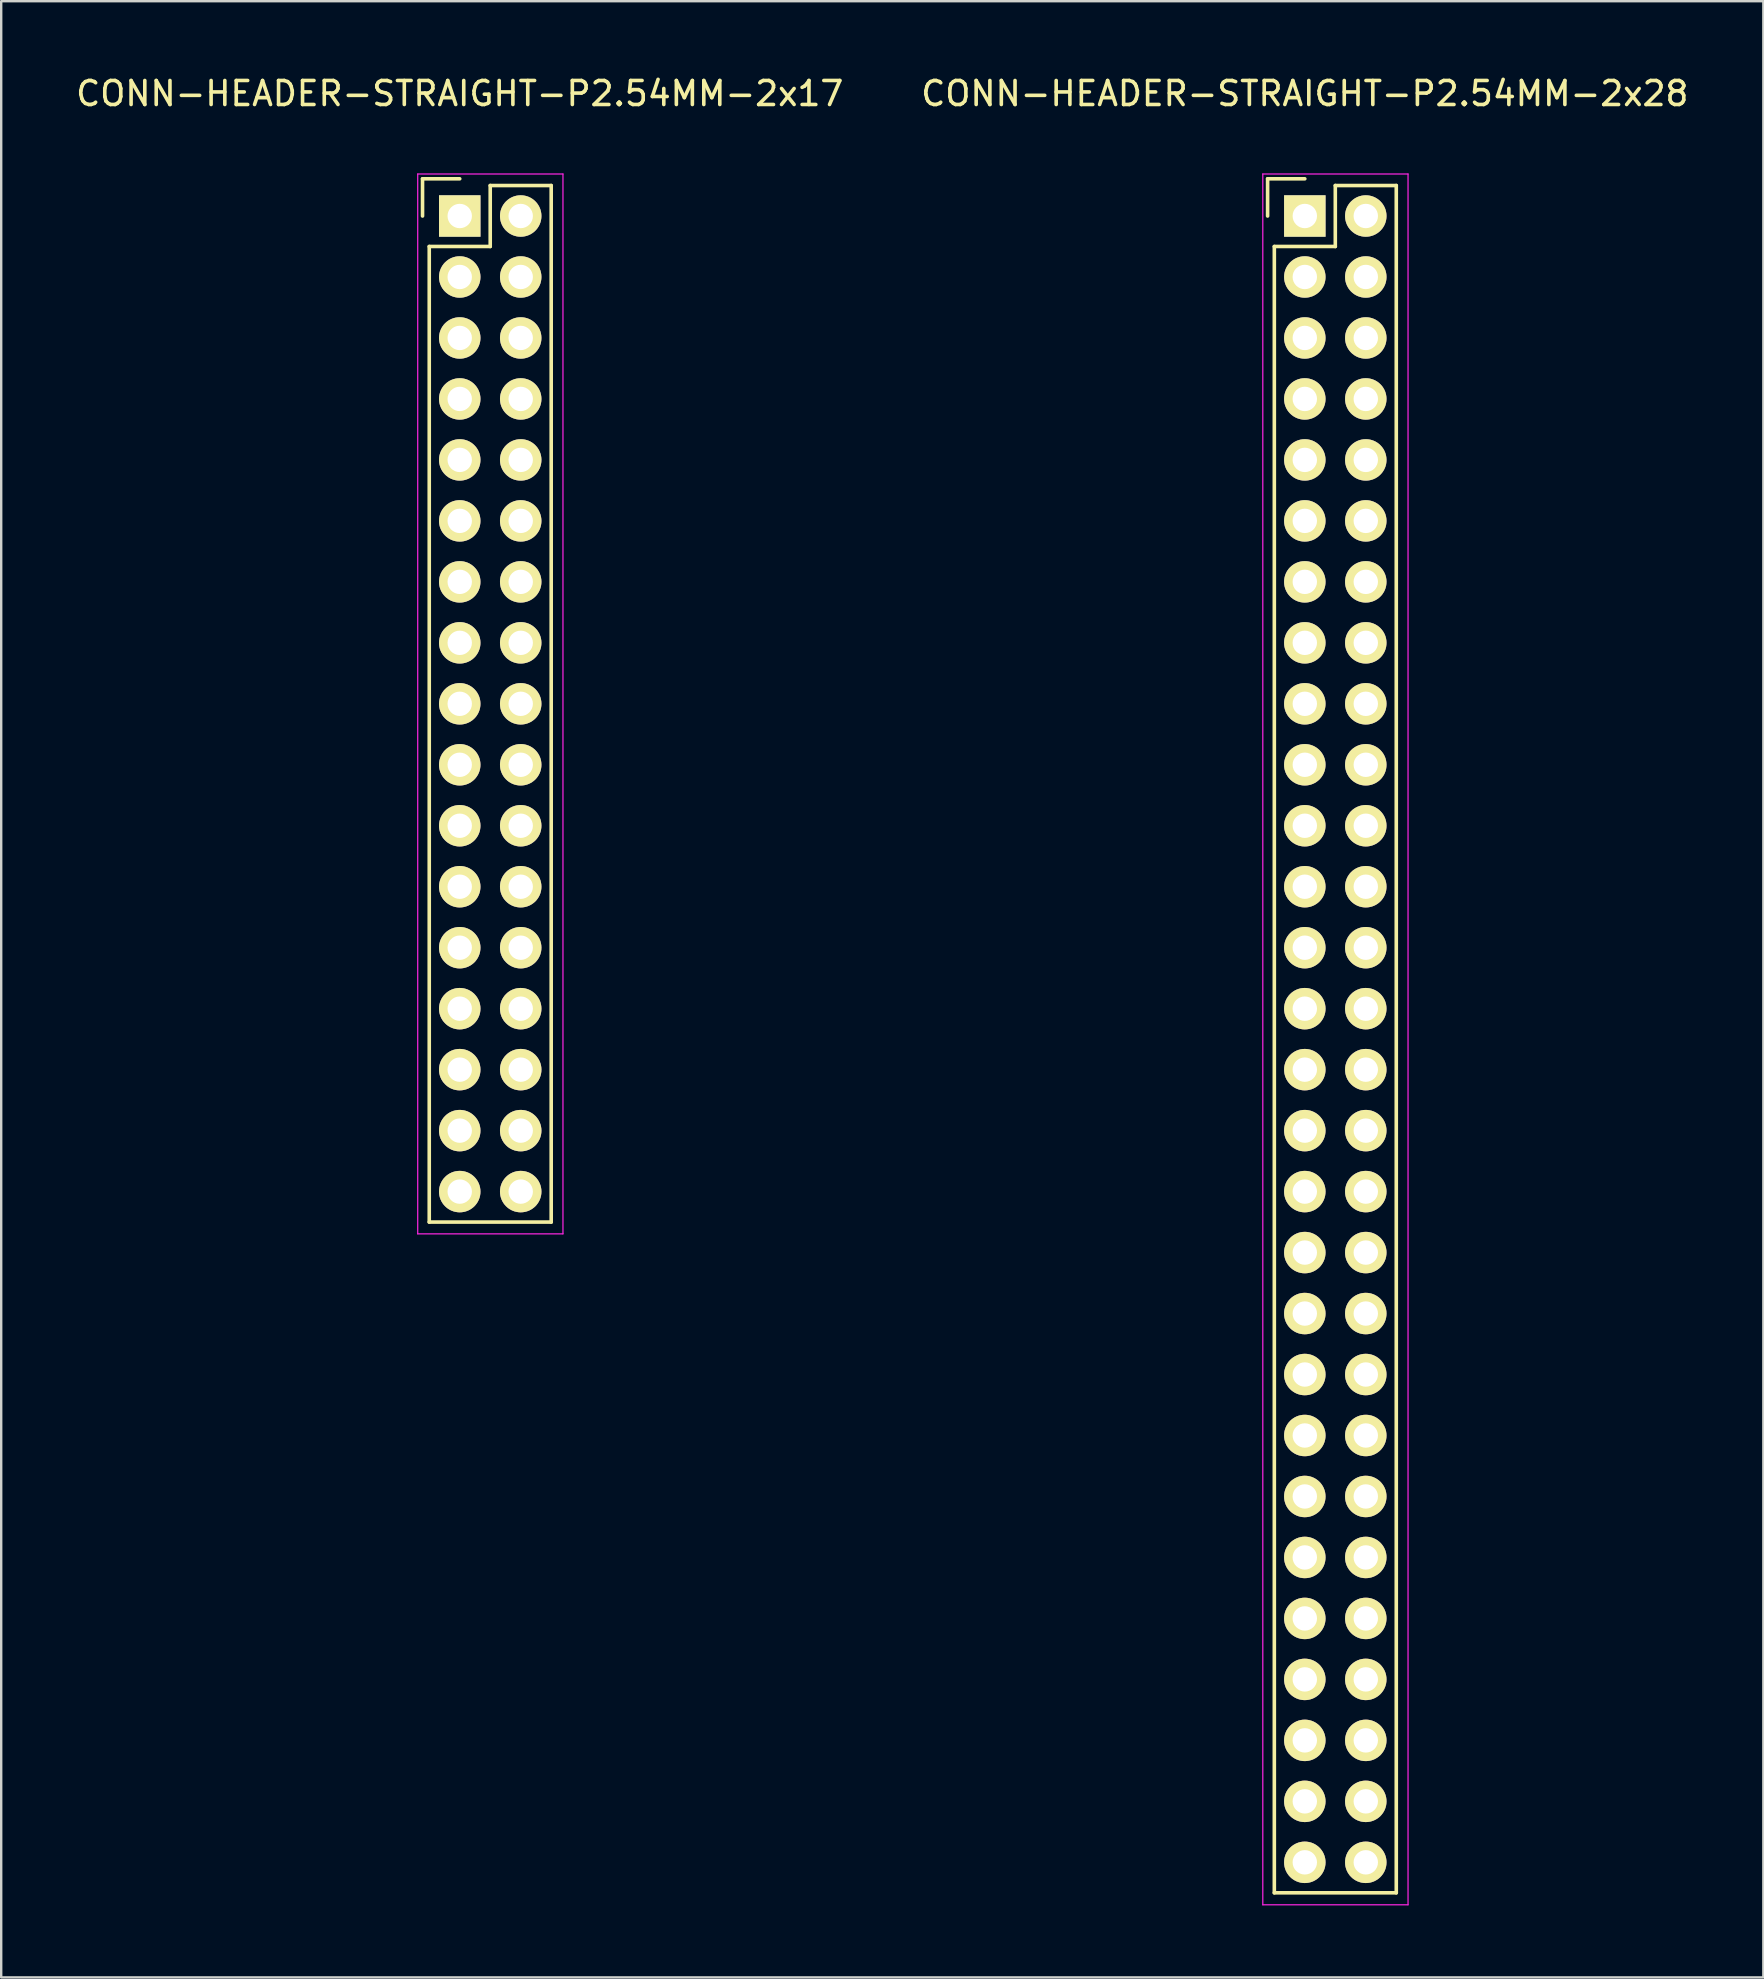
<source format=kicad_pcb>
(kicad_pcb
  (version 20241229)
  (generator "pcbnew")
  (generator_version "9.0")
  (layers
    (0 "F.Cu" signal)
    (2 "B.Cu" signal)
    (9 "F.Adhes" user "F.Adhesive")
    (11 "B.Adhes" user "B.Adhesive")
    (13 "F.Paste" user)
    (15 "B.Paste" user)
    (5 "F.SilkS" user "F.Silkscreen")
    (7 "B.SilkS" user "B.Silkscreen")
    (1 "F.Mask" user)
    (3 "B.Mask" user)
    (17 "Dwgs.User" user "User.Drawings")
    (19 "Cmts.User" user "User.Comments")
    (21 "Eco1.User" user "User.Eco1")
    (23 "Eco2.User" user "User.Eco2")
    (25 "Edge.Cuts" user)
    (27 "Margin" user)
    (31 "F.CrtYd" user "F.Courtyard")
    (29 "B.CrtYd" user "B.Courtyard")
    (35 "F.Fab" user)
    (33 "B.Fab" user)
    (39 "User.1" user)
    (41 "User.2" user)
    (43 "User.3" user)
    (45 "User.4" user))
  (footprint "CONN-HEADER-STRAIGHT-P2.54MM-2x28"
    (layer "F.Cu")
    (at 51.304 5.948)
    (property "Reference" "CONN-HEADER-STRAIGHT-P2.54MM-2x28" (at 0 -5.1 0) (layer "F.SilkS") (effects (font (size 1 1) (thickness 0.15))))
    (attr through_hole)
    (fp_line (start -1.55 -1.55) (end -1.55 0) (stroke (width 0.15) (type solid)) (layer "F.SilkS"))
    (fp_line (start -1.27 1.27) (end -1.27 69.85) (stroke (width 0.15) (type solid)) (layer "F.SilkS"))
    (fp_line (start 0 -1.55) (end -1.55 -1.55) (stroke (width 0.15) (type solid)) (layer "F.SilkS"))
    (fp_line (start 1.27 -1.27) (end 1.27 1.27) (stroke (width 0.15) (type solid)) (layer "F.SilkS"))
    (fp_line (start 1.27 1.27) (end -1.27 1.27) (stroke (width 0.15) (type solid)) (layer "F.SilkS"))
    (fp_line (start 3.81 -1.27) (end 1.27 -1.27) (stroke (width 0.15) (type solid)) (layer "F.SilkS"))
    (fp_line (start 3.81 -1.27) (end 3.81 69.85) (stroke (width 0.15) (type solid)) (layer "F.SilkS"))
    (fp_line (start 3.81 69.85) (end -1.27 69.85) (stroke (width 0.15) (type solid)) (layer "F.SilkS"))
    (fp_line (start -1.75 -1.75) (end -1.75 70.35) (stroke (width 0.05) (type solid)) (layer "F.CrtYd"))
    (fp_line (start -1.75 -1.75) (end 4.3 -1.75) (stroke (width 0.05) (type solid)) (layer "F.CrtYd"))
    (fp_line (start -1.75 70.35) (end 4.3 70.35) (stroke (width 0.05) (type solid)) (layer "F.CrtYd"))
    (fp_line (start 4.3 -1.75) (end 4.3 70.35) (stroke (width 0.05) (type solid)) (layer "F.CrtYd"))
    (pad "1" thru_hole rect (at 0 0) (size 1.727 1.727) (drill 1.016) (layers "*.Cu" "*.Mask" "F.SilkS"))
    (pad "2" thru_hole oval (at 2.54 0) (size 1.727 1.727) (drill 1.016) (layers "*.Cu" "*.Mask" "F.SilkS"))
    (pad "3" thru_hole oval (at 0 2.54) (size 1.727 1.727) (drill 1.016) (layers "*.Cu" "*.Mask" "F.SilkS"))
    (pad "4" thru_hole oval (at 2.54 2.54) (size 1.727 1.727) (drill 1.016) (layers "*.Cu" "*.Mask" "F.SilkS"))
    (pad "5" thru_hole oval (at 0 5.08) (size 1.727 1.727) (drill 1.016) (layers "*.Cu" "*.Mask" "F.SilkS"))
    (pad "6" thru_hole oval (at 2.54 5.08) (size 1.727 1.727) (drill 1.016) (layers "*.Cu" "*.Mask" "F.SilkS"))
    (pad "7" thru_hole oval (at 0 7.62) (size 1.727 1.727) (drill 1.016) (layers "*.Cu" "*.Mask" "F.SilkS"))
    (pad "8" thru_hole oval (at 2.54 7.62) (size 1.727 1.727) (drill 1.016) (layers "*.Cu" "*.Mask" "F.SilkS"))
    (pad "9" thru_hole oval (at 0 10.16) (size 1.727 1.727) (drill 1.016) (layers "*.Cu" "*.Mask" "F.SilkS"))
    (pad "10" thru_hole oval (at 2.54 10.16) (size 1.727 1.727) (drill 1.016) (layers "*.Cu" "*.Mask" "F.SilkS"))
    (pad "11" thru_hole oval (at 0 12.7) (size 1.727 1.727) (drill 1.016) (layers "*.Cu" "*.Mask" "F.SilkS"))
    (pad "12" thru_hole oval (at 2.54 12.7) (size 1.727 1.727) (drill 1.016) (layers "*.Cu" "*.Mask" "F.SilkS"))
    (pad "13" thru_hole oval (at 0 15.24) (size 1.727 1.727) (drill 1.016) (layers "*.Cu" "*.Mask" "F.SilkS"))
    (pad "14" thru_hole oval (at 2.54 15.24) (size 1.727 1.727) (drill 1.016) (layers "*.Cu" "*.Mask" "F.SilkS"))
    (pad "15" thru_hole oval (at 0 17.78) (size 1.727 1.727) (drill 1.016) (layers "*.Cu" "*.Mask" "F.SilkS"))
    (pad "16" thru_hole oval (at 2.54 17.78) (size 1.727 1.727) (drill 1.016) (layers "*.Cu" "*.Mask" "F.SilkS"))
    (pad "17" thru_hole oval (at 0 20.32) (size 1.727 1.727) (drill 1.016) (layers "*.Cu" "*.Mask" "F.SilkS"))
    (pad "18" thru_hole oval (at 2.54 20.32) (size 1.727 1.727) (drill 1.016) (layers "*.Cu" "*.Mask" "F.SilkS"))
    (pad "19" thru_hole oval (at 0 22.86) (size 1.727 1.727) (drill 1.016) (layers "*.Cu" "*.Mask" "F.SilkS"))
    (pad "20" thru_hole oval (at 2.54 22.86) (size 1.727 1.727) (drill 1.016) (layers "*.Cu" "*.Mask" "F.SilkS"))
    (pad "21" thru_hole oval (at 0 25.4) (size 1.727 1.727) (drill 1.016) (layers "*.Cu" "*.Mask" "F.SilkS"))
    (pad "22" thru_hole oval (at 2.54 25.4) (size 1.727 1.727) (drill 1.016) (layers "*.Cu" "*.Mask" "F.SilkS"))
    (pad "23" thru_hole oval (at 0 27.94) (size 1.727 1.727) (drill 1.016) (layers "*.Cu" "*.Mask" "F.SilkS"))
    (pad "24" thru_hole oval (at 2.54 27.94) (size 1.727 1.727) (drill 1.016) (layers "*.Cu" "*.Mask" "F.SilkS"))
    (pad "25" thru_hole oval (at 0 30.48) (size 1.727 1.727) (drill 1.016) (layers "*.Cu" "*.Mask" "F.SilkS"))
    (pad "26" thru_hole oval (at 2.54 30.48) (size 1.727 1.727) (drill 1.016) (layers "*.Cu" "*.Mask" "F.SilkS"))
    (pad "27" thru_hole oval (at 0 33.02) (size 1.727 1.727) (drill 1.016) (layers "*.Cu" "*.Mask" "F.SilkS"))
    (pad "28" thru_hole oval (at 2.54 33.02) (size 1.727 1.727) (drill 1.016) (layers "*.Cu" "*.Mask" "F.SilkS"))
    (pad "29" thru_hole oval (at 0 35.56) (size 1.727 1.727) (drill 1.016) (layers "*.Cu" "*.Mask" "F.SilkS"))
    (pad "30" thru_hole oval (at 2.54 35.56) (size 1.727 1.727) (drill 1.016) (layers "*.Cu" "*.Mask" "F.SilkS"))
    (pad "31" thru_hole oval (at 0 38.1) (size 1.727 1.727) (drill 1.016) (layers "*.Cu" "*.Mask" "F.SilkS"))
    (pad "32" thru_hole oval (at 2.54 38.1) (size 1.727 1.727) (drill 1.016) (layers "*.Cu" "*.Mask" "F.SilkS"))
    (pad "33" thru_hole oval (at 0 40.64) (size 1.727 1.727) (drill 1.016) (layers "*.Cu" "*.Mask" "F.SilkS"))
    (pad "34" thru_hole oval (at 2.54 40.64) (size 1.727 1.727) (drill 1.016) (layers "*.Cu" "*.Mask" "F.SilkS"))
    (pad "35" thru_hole oval (at 0 43.18) (size 1.727 1.727) (drill 1.016) (layers "*.Cu" "*.Mask" "F.SilkS"))
    (pad "36" thru_hole oval (at 2.54 43.18) (size 1.727 1.727) (drill 1.016) (layers "*.Cu" "*.Mask" "F.SilkS"))
    (pad "37" thru_hole oval (at 0 45.72) (size 1.727 1.727) (drill 1.016) (layers "*.Cu" "*.Mask" "F.SilkS"))
    (pad "38" thru_hole oval (at 2.54 45.72) (size 1.727 1.727) (drill 1.016) (layers "*.Cu" "*.Mask" "F.SilkS"))
    (pad "39" thru_hole oval (at 0 48.26) (size 1.727 1.727) (drill 1.016) (layers "*.Cu" "*.Mask" "F.SilkS"))
    (pad "40" thru_hole oval (at 2.54 48.26) (size 1.727 1.727) (drill 1.016) (layers "*.Cu" "*.Mask" "F.SilkS"))
    (pad "41" thru_hole oval (at 0 50.8) (size 1.727 1.727) (drill 1.016) (layers "*.Cu" "*.Mask" "F.SilkS"))
    (pad "42" thru_hole oval (at 2.54 50.8) (size 1.727 1.727) (drill 1.016) (layers "*.Cu" "*.Mask" "F.SilkS"))
    (pad "43" thru_hole oval (at 0 53.34) (size 1.727 1.727) (drill 1.016) (layers "*.Cu" "*.Mask" "F.SilkS"))
    (pad "44" thru_hole oval (at 2.54 53.34) (size 1.727 1.727) (drill 1.016) (layers "*.Cu" "*.Mask" "F.SilkS"))
    (pad "45" thru_hole oval (at 0 55.88) (size 1.727 1.727) (drill 1.016) (layers "*.Cu" "*.Mask" "F.SilkS"))
    (pad "46" thru_hole oval (at 2.54 55.88) (size 1.727 1.727) (drill 1.016) (layers "*.Cu" "*.Mask" "F.SilkS"))
    (pad "47" thru_hole oval (at 0 58.42) (size 1.727 1.727) (drill 1.016) (layers "*.Cu" "*.Mask" "F.SilkS"))
    (pad "48" thru_hole oval (at 2.54 58.42) (size 1.727 1.727) (drill 1.016) (layers "*.Cu" "*.Mask" "F.SilkS"))
    (pad "49" thru_hole oval (at 0 60.96) (size 1.727 1.727) (drill 1.016) (layers "*.Cu" "*.Mask" "F.SilkS"))
    (pad "50" thru_hole oval (at 2.54 60.96) (size 1.727 1.727) (drill 1.016) (layers "*.Cu" "*.Mask" "F.SilkS"))
    (pad "51" thru_hole oval (at 0 63.5) (size 1.727 1.727) (drill 1.016) (layers "*.Cu" "*.Mask" "F.SilkS"))
    (pad "52" thru_hole oval (at 2.54 63.5) (size 1.727 1.727) (drill 1.016) (layers "*.Cu" "*.Mask" "F.SilkS"))
    (pad "53" thru_hole oval (at 0 66.04) (size 1.727 1.727) (drill 1.016) (layers "*.Cu" "*.Mask" "F.SilkS"))
    (pad "54" thru_hole oval (at 2.54 66.04) (size 1.727 1.727) (drill 1.016) (layers "*.Cu" "*.Mask" "F.SilkS"))
    (pad "55" thru_hole oval (at 0 68.58) (size 1.727 1.727) (drill 1.016) (layers "*.Cu" "*.Mask" "F.SilkS"))
    (pad "56" thru_hole oval (at 2.54 68.58) (size 1.727 1.727) (drill 1.016) (layers "*.Cu" "*.Mask" "F.SilkS")))
  (footprint "CONN-HEADER-STRAIGHT-P2.54MM-2x17"
    (layer "F.Cu")
    (at 16.101 5.948)
    (property "Reference" "CONN-HEADER-STRAIGHT-P2.54MM-2x17" (at 0 -5.1 0) (layer "F.SilkS") (effects (font (size 1 1) (thickness 0.15))))
    (attr through_hole)
    (fp_line (start -1.55 -1.55) (end -1.55 0) (stroke (width 0.15) (type solid)) (layer "F.SilkS"))
    (fp_line (start -1.27 1.27) (end -1.27 41.91) (stroke (width 0.15) (type solid)) (layer "F.SilkS"))
    (fp_line (start 0 -1.55) (end -1.55 -1.55) (stroke (width 0.15) (type solid)) (layer "F.SilkS"))
    (fp_line (start 1.27 -1.27) (end 1.27 1.27) (stroke (width 0.15) (type solid)) (layer "F.SilkS"))
    (fp_line (start 1.27 1.27) (end -1.27 1.27) (stroke (width 0.15) (type solid)) (layer "F.SilkS"))
    (fp_line (start 3.81 -1.27) (end 1.27 -1.27) (stroke (width 0.15) (type solid)) (layer "F.SilkS"))
    (fp_line (start 3.81 41.91) (end -1.27 41.91) (stroke (width 0.15) (type solid)) (layer "F.SilkS"))
    (fp_line (start 3.81 41.91) (end 3.81 -1.27) (stroke (width 0.15) (type solid)) (layer "F.SilkS"))
    (fp_line (start -1.75 -1.75) (end -1.75 42.4) (stroke (width 0.05) (type solid)) (layer "F.CrtYd"))
    (fp_line (start -1.75 -1.75) (end 4.3 -1.75) (stroke (width 0.05) (type solid)) (layer "F.CrtYd"))
    (fp_line (start -1.75 42.4) (end 4.3 42.4) (stroke (width 0.05) (type solid)) (layer "F.CrtYd"))
    (fp_line (start 4.3 -1.75) (end 4.3 42.4) (stroke (width 0.05) (type solid)) (layer "F.CrtYd"))
    (pad "1" thru_hole rect (at 0 0) (size 1.727 1.727) (drill 1.016) (layers "*.Cu" "*.Mask" "F.SilkS"))
    (pad "2" thru_hole oval (at 2.54 0) (size 1.727 1.727) (drill 1.016) (layers "*.Cu" "*.Mask" "F.SilkS"))
    (pad "3" thru_hole oval (at 0 2.54) (size 1.727 1.727) (drill 1.016) (layers "*.Cu" "*.Mask" "F.SilkS"))
    (pad "4" thru_hole oval (at 2.54 2.54) (size 1.727 1.727) (drill 1.016) (layers "*.Cu" "*.Mask" "F.SilkS"))
    (pad "5" thru_hole oval (at 0 5.08) (size 1.727 1.727) (drill 1.016) (layers "*.Cu" "*.Mask" "F.SilkS"))
    (pad "6" thru_hole oval (at 2.54 5.08) (size 1.727 1.727) (drill 1.016) (layers "*.Cu" "*.Mask" "F.SilkS"))
    (pad "7" thru_hole oval (at 0 7.62) (size 1.727 1.727) (drill 1.016) (layers "*.Cu" "*.Mask" "F.SilkS"))
    (pad "8" thru_hole oval (at 2.54 7.62) (size 1.727 1.727) (drill 1.016) (layers "*.Cu" "*.Mask" "F.SilkS"))
    (pad "9" thru_hole oval (at 0 10.16) (size 1.727 1.727) (drill 1.016) (layers "*.Cu" "*.Mask" "F.SilkS"))
    (pad "10" thru_hole oval (at 2.54 10.16) (size 1.727 1.727) (drill 1.016) (layers "*.Cu" "*.Mask" "F.SilkS"))
    (pad "11" thru_hole oval (at 0 12.7) (size 1.727 1.727) (drill 1.016) (layers "*.Cu" "*.Mask" "F.SilkS"))
    (pad "12" thru_hole oval (at 2.54 12.7) (size 1.727 1.727) (drill 1.016) (layers "*.Cu" "*.Mask" "F.SilkS"))
    (pad "13" thru_hole oval (at 0 15.24) (size 1.727 1.727) (drill 1.016) (layers "*.Cu" "*.Mask" "F.SilkS"))
    (pad "14" thru_hole oval (at 2.54 15.24) (size 1.727 1.727) (drill 1.016) (layers "*.Cu" "*.Mask" "F.SilkS"))
    (pad "15" thru_hole oval (at 0 17.78) (size 1.727 1.727) (drill 1.016) (layers "*.Cu" "*.Mask" "F.SilkS"))
    (pad "16" thru_hole oval (at 2.54 17.78) (size 1.727 1.727) (drill 1.016) (layers "*.Cu" "*.Mask" "F.SilkS"))
    (pad "17" thru_hole oval (at 0 20.32) (size 1.727 1.727) (drill 1.016) (layers "*.Cu" "*.Mask" "F.SilkS"))
    (pad "18" thru_hole oval (at 2.54 20.32) (size 1.727 1.727) (drill 1.016) (layers "*.Cu" "*.Mask" "F.SilkS"))
    (pad "19" thru_hole oval (at 0 22.86) (size 1.727 1.727) (drill 1.016) (layers "*.Cu" "*.Mask" "F.SilkS"))
    (pad "20" thru_hole oval (at 2.54 22.86) (size 1.727 1.727) (drill 1.016) (layers "*.Cu" "*.Mask" "F.SilkS"))
    (pad "21" thru_hole oval (at 0 25.4) (size 1.727 1.727) (drill 1.016) (layers "*.Cu" "*.Mask" "F.SilkS"))
    (pad "22" thru_hole oval (at 2.54 25.4) (size 1.727 1.727) (drill 1.016) (layers "*.Cu" "*.Mask" "F.SilkS"))
    (pad "23" thru_hole oval (at 0 27.94) (size 1.727 1.727) (drill 1.016) (layers "*.Cu" "*.Mask" "F.SilkS"))
    (pad "24" thru_hole oval (at 2.54 27.94) (size 1.727 1.727) (drill 1.016) (layers "*.Cu" "*.Mask" "F.SilkS"))
    (pad "25" thru_hole oval (at 0 30.48) (size 1.727 1.727) (drill 1.016) (layers "*.Cu" "*.Mask" "F.SilkS"))
    (pad "26" thru_hole oval (at 2.54 30.48) (size 1.727 1.727) (drill 1.016) (layers "*.Cu" "*.Mask" "F.SilkS"))
    (pad "27" thru_hole oval (at 0 33.02) (size 1.727 1.727) (drill 1.016) (layers "*.Cu" "*.Mask" "F.SilkS"))
    (pad "28" thru_hole oval (at 2.54 33.02) (size 1.727 1.727) (drill 1.016) (layers "*.Cu" "*.Mask" "F.SilkS"))
    (pad "29" thru_hole oval (at 0 35.56) (size 1.727 1.727) (drill 1.016) (layers "*.Cu" "*.Mask" "F.SilkS"))
    (pad "30" thru_hole oval (at 2.54 35.56) (size 1.727 1.727) (drill 1.016) (layers "*.Cu" "*.Mask" "F.SilkS"))
    (pad "31" thru_hole oval (at 0 38.1) (size 1.727 1.727) (drill 1.016) (layers "*.Cu" "*.Mask" "F.SilkS"))
    (pad "32" thru_hole oval (at 2.54 38.1) (size 1.727 1.727) (drill 1.016) (layers "*.Cu" "*.Mask" "F.SilkS"))
    (pad "33" thru_hole oval (at 0 40.64) (size 1.727 1.727) (drill 1.016) (layers "*.Cu" "*.Mask" "F.SilkS"))
    (pad "34" thru_hole oval (at 2.54 40.64) (size 1.727 1.727) (drill 1.016) (layers "*.Cu" "*.Mask" "F.SilkS")))
  (gr_rect
    (start -3 -3)
    (end 70.405 79.323)
    (stroke (width 0.1) (type default))
    (fill no)
    (layer "Edge.Cuts")))
</source>
